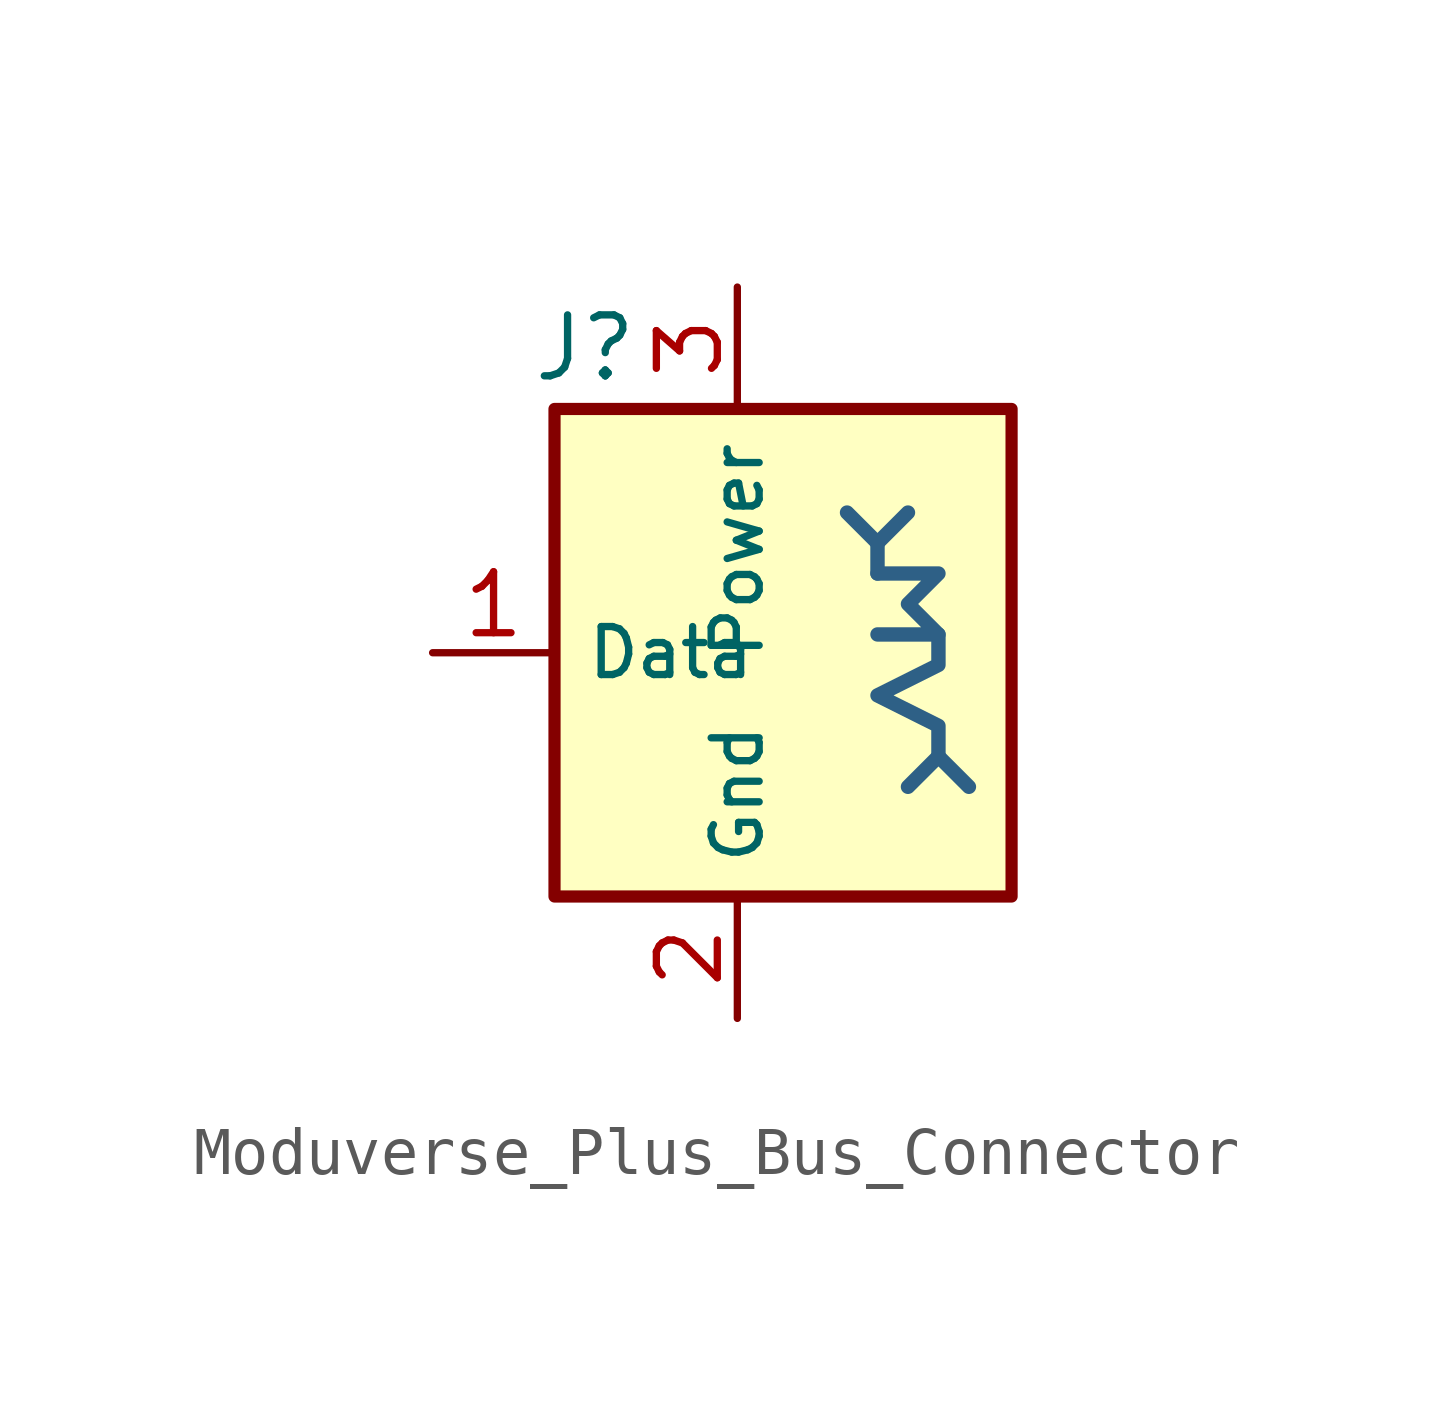
<source format=kicad_sym>
(kicad_symbol_lib
  (version 20241209)
  (generator "kicad_symbol_editor")
  (generator_version "9.0")
  (symbol "Moduverse_Plus_Bus_Connector"
    (pin_names
      (offset 0.635))
    (property "Reference" "J"
      (at 0.635 1.27 0)
      (do_not_autoplace)
      (effects (font (size 1.27 1.27))))
    (symbol "Moduverse_Plus_Bus_Connector_1_1"
      (rectangle (start 0 0) (end 9.525 -10.16) (stroke (width 0.254) (type default)) (fill (type background)))
      (polyline (pts (xy 6.731 -2.794) (xy 6.096 -2.159)) (stroke (width 0.3) (type default) (color 46 96 134 1)) (fill (type none)))
      (polyline (pts (xy 6.731 -2.794) (xy 7.366 -2.159)) (stroke (width 0.3) (type default) (color 46 96 134 1)) (fill (type none)))
      (polyline (pts (xy 6.731 -3.429) (xy 6.731 -2.794)) (stroke (width 0.3) (type default) (color 46 96 134 1)) (fill (type none)))
      (polyline (pts (xy 6.731 -3.429) (xy 8.001 -3.429) (xy 7.366 -4.064) (xy 8.001 -4.699) (xy 6.731 -4.699)) (stroke (width 0.3) (type default) (color 46 96 134 1)) (fill (type none)))
      (polyline (pts (xy 8.001 -4.699) (xy 8.001 -5.334) (xy 6.731 -5.969) (xy 8.001 -6.604) (xy 8.001 -7.239)) (stroke (width 0.3) (type default) (color 46 96 134 1)) (fill (type none)))
      (polyline (pts (xy 8.001 -7.239) (xy 7.366 -7.874)) (stroke (width 0.3) (type default) (color 46 96 134 1)) (fill (type none)))
      (polyline (pts (xy 8.001 -7.239) (xy 8.636 -7.874)) (stroke (width 0.3) (type default) (color 46 96 134 1)) (fill (type none)))
      (pin passive line (at -2.54 -5.08 0) (length 2.54) (name "Data" (effects (font (size 1 1)))) (number "1" (effects (font (size 1.27 1.27)))))
      (pin passive line (at 3.81 2.54 270) (length 2.54) (name "Power" (effects (font (size 1 1)))) (number "3" (effects (font (size 1.27 1.27)))))
      (pin passive line (at 3.81 -12.7 90) (length 2.54) (name "Gnd" (effects (font (size 1 1)))) (number "2" (effects (font (size 1.27 1.27))))))))
</source>
